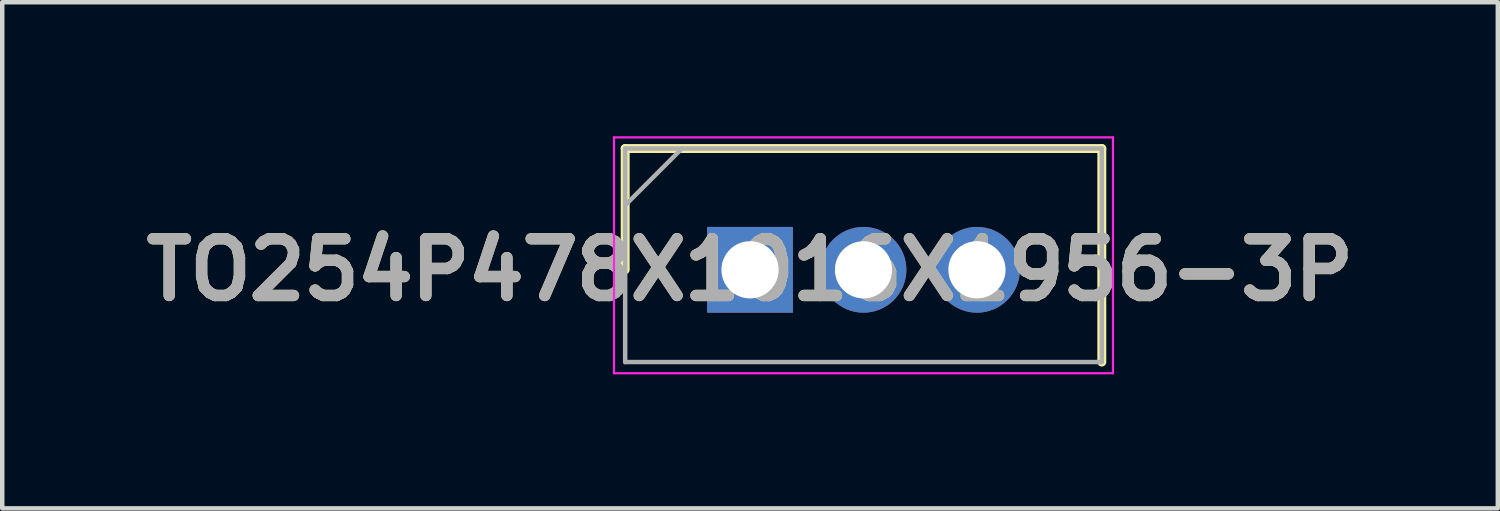
<source format=kicad_pcb>
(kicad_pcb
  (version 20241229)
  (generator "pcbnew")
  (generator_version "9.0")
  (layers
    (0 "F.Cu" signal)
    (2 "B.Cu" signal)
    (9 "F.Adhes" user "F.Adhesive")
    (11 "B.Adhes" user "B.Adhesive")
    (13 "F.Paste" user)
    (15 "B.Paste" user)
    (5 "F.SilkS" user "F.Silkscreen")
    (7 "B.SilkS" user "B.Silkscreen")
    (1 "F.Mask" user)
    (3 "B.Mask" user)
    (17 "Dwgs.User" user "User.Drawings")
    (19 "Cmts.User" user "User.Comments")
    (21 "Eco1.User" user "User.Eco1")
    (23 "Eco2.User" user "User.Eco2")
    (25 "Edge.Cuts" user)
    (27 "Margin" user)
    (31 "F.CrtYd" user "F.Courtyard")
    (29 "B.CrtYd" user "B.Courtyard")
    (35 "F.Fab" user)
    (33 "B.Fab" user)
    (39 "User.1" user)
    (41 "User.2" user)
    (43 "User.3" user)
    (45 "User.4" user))
  (footprint "TO254P478X1016X1956-3P"
    (layer "F.Cu")
    (at 13.74 2.99)
    (property "Reference" "TO254P478X1016X1956-3P" (at 0 0 0) (layer "F.SilkS") (effects (font (size 1.27 1.27) (thickness 0.254))))
    (attr through_hole)
    (fp_line (start -2.795 -2.715) (end -2.795 0) (stroke (width 0.2) (type solid)) (layer "F.SilkS"))
    (fp_line (start 7.875 -2.715) (end -2.795 -2.715) (stroke (width 0.2) (type solid)) (layer "F.SilkS"))
    (fp_line (start 7.875 2.065) (end 7.875 -2.715) (stroke (width 0.2) (type solid)) (layer "F.SilkS"))
    (fp_line (start -3.045 -2.965) (end 8.125 -2.965) (stroke (width 0.05) (type solid)) (layer "F.CrtYd"))
    (fp_line (start -3.045 2.315) (end -3.045 -2.965) (stroke (width 0.05) (type solid)) (layer "F.CrtYd"))
    (fp_line (start 8.125 -2.965) (end 8.125 2.315) (stroke (width 0.05) (type solid)) (layer "F.CrtYd"))
    (fp_line (start 8.125 2.315) (end -3.045 2.315) (stroke (width 0.05) (type solid)) (layer "F.CrtYd"))
    (fp_line (start -2.795 -2.715) (end 7.875 -2.715) (stroke (width 0.1) (type solid)) (layer "F.Fab"))
    (fp_line (start -2.795 -1.445) (end -1.525 -2.715) (stroke (width 0.1) (type solid)) (layer "F.Fab"))
    (fp_line (start -2.795 2.065) (end -2.795 -2.715) (stroke (width 0.1) (type solid)) (layer "F.Fab"))
    (fp_line (start 7.875 -2.715) (end 7.875 2.065) (stroke (width 0.1) (type solid)) (layer "F.Fab"))
    (fp_line (start 7.875 2.065) (end -2.795 2.065) (stroke (width 0.1) (type solid)) (layer "F.Fab"))
    (fp_text user "${REFERENCE}" (at 0 0 0) (layer "F.Fab") (effects (font (size 1.27 1.27) (thickness 0.254))))
    (pad "1" thru_hole rect (at 0 0) (size 1.92 1.92) (drill 1.28) (layers "*.Cu" "*.Mask"))
    (pad "2" thru_hole circle (at 2.54 0) (size 1.92 1.92) (drill 1.28) (layers "*.Cu" "*.Mask"))
    (pad "3" thru_hole circle (at 5.08 0) (size 1.92 1.92) (drill 1.28) (layers "*.Cu" "*.Mask")))
  (gr_rect
    (start -3 -3)
    (end 30.48 8.33)
    (stroke (width 0.1) (type default))
    (fill no)
    (layer "Edge.Cuts")))
</source>
